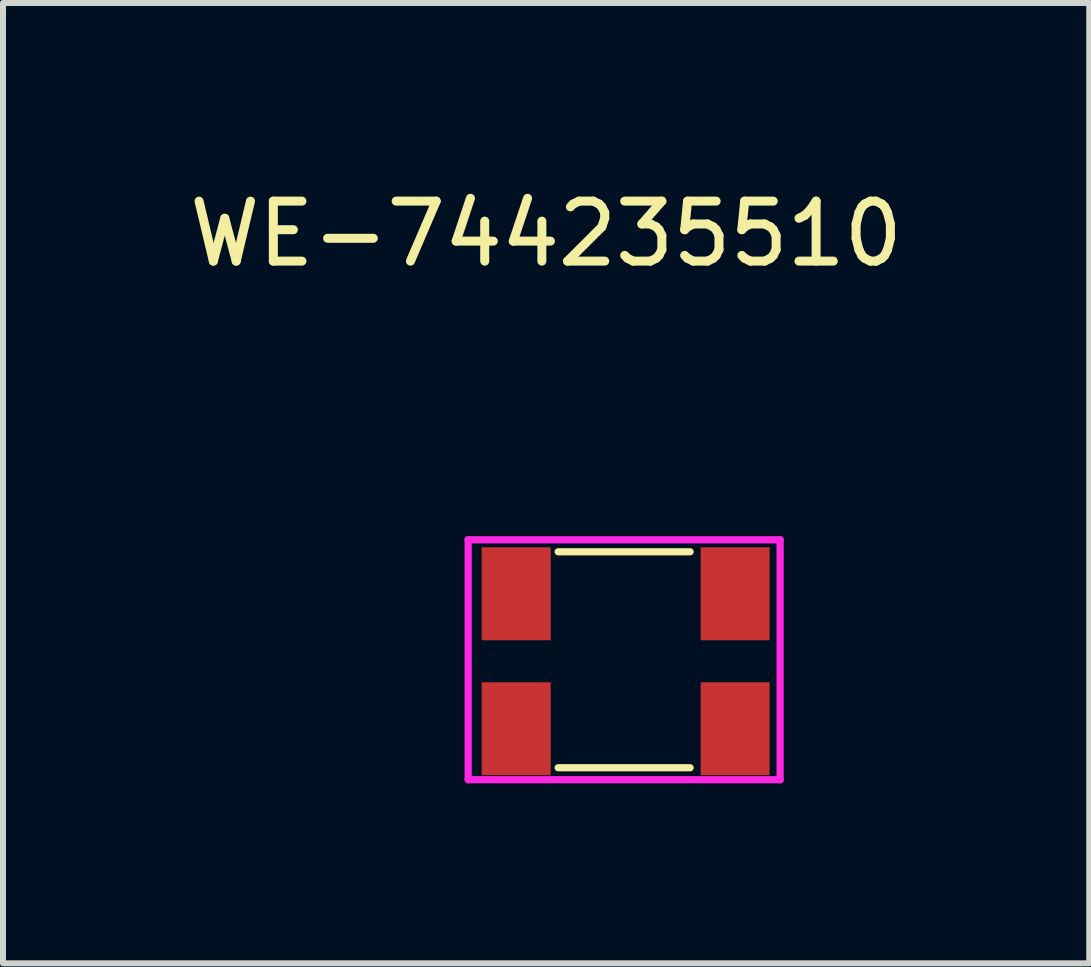
<source format=kicad_pcb>
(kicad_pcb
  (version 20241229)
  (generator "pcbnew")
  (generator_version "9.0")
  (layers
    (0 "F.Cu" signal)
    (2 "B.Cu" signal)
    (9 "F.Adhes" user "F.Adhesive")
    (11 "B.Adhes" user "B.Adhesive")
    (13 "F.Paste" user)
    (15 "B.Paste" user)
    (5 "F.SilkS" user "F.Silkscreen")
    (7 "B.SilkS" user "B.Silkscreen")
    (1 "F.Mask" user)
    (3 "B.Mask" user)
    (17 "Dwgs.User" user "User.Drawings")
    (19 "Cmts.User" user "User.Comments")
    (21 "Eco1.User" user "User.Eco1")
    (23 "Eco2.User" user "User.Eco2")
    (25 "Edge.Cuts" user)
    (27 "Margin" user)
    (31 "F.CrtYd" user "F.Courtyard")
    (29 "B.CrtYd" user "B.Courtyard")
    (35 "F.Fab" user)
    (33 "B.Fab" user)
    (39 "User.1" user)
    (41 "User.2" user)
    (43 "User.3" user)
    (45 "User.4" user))
  (footprint "WE-744235510"
    (layer "F.Cu")
    (at 5.554 6.848)
    (property "Reference" "WE-744235510" (at 0.5 -6 0) (layer "F.SilkS") (effects (font (size 1 1) (thickness 0.15))))
    (attr through_hole)
    (fp_line (start 2.9 -0.7) (end 0.7 -0.7) (stroke (width 0.12) (type solid)) (layer "F.SilkS"))
    (fp_line (start 2.9 2.9) (end 0.7 2.9) (stroke (width 0.12) (type solid)) (layer "F.SilkS"))
    (fp_line (start -0.8 -0.9) (end -0.8 3.1) (stroke (width 0.12) (type solid)) (layer "F.CrtYd"))
    (fp_line (start -0.8 -0.9) (end 4.4 -0.9) (stroke (width 0.12) (type solid)) (layer "F.CrtYd"))
    (fp_line (start -0.8 3.1) (end 4.4 3.1) (stroke (width 0.12) (type solid)) (layer "F.CrtYd"))
    (fp_line (start 4.4 -0.9) (end 4.4 3.1) (stroke (width 0.12) (type solid)) (layer "F.CrtYd"))
    (pad "1" smd rect (at 0 2.25) (size 1.15 1.55) (layers "F.Cu" "F.Mask" "F.Paste"))
    (pad "2" smd rect (at 3.65 2.25) (size 1.15 1.55) (layers "F.Cu" "F.Mask" "F.Paste"))
    (pad "3" smd rect (at 3.65 0) (size 1.15 1.55) (layers "F.Cu" "F.Mask" "F.Paste"))
    (pad "4" smd rect (at 0 0) (size 1.15 1.55) (layers "F.Cu" "F.Mask" "F.Paste")))
  (gr_rect
    (start -3 -3)
    (end 15.107 13.008)
    (stroke (width 0.1) (type default))
    (fill no)
    (layer "Edge.Cuts")))
</source>
